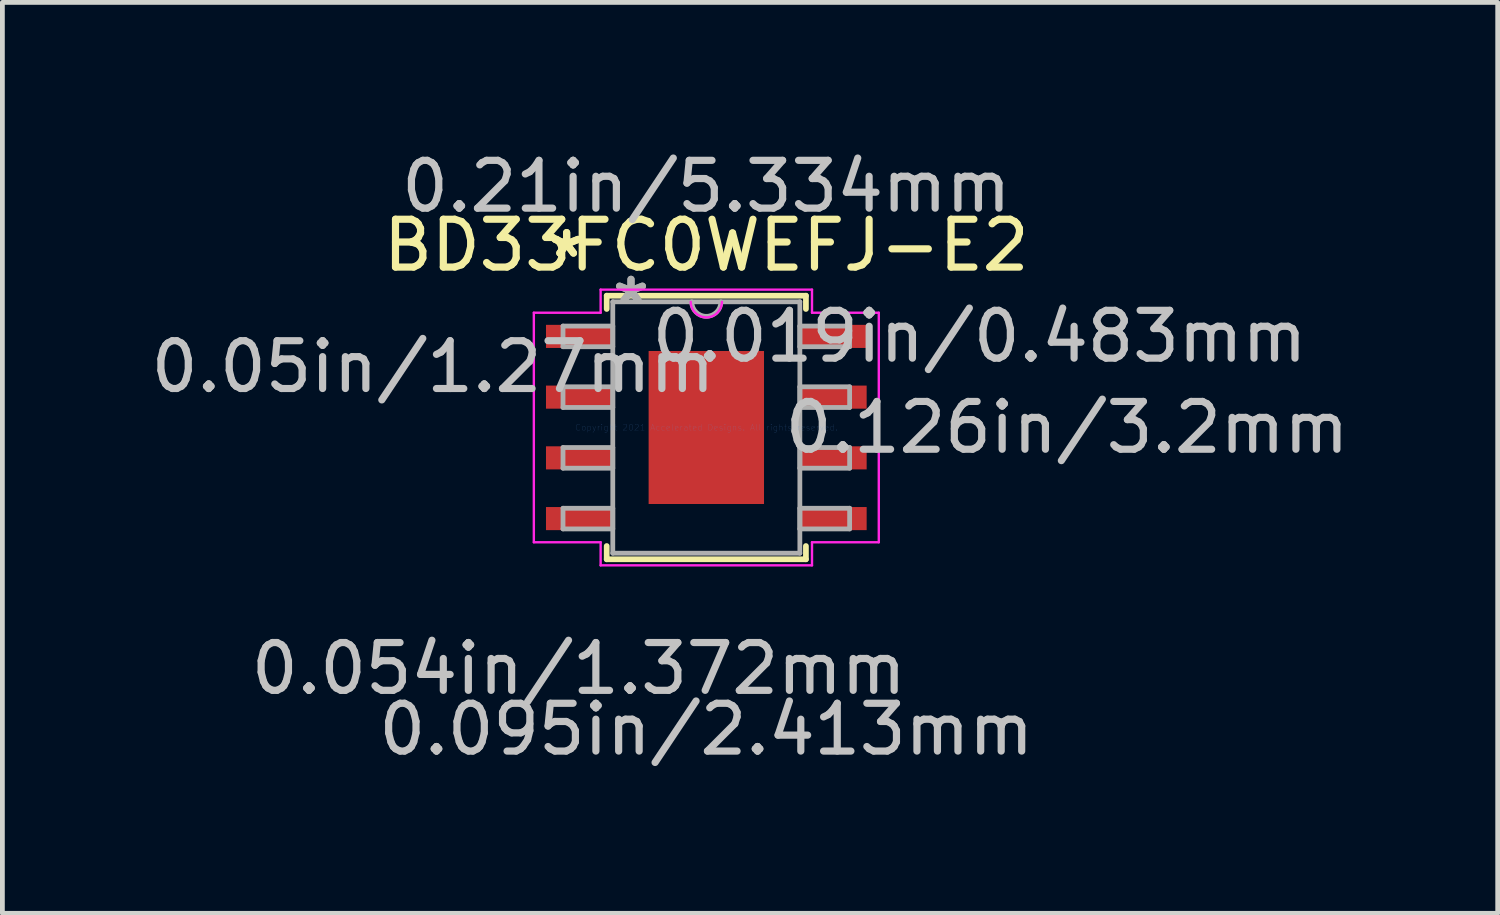
<source format=kicad_pcb>
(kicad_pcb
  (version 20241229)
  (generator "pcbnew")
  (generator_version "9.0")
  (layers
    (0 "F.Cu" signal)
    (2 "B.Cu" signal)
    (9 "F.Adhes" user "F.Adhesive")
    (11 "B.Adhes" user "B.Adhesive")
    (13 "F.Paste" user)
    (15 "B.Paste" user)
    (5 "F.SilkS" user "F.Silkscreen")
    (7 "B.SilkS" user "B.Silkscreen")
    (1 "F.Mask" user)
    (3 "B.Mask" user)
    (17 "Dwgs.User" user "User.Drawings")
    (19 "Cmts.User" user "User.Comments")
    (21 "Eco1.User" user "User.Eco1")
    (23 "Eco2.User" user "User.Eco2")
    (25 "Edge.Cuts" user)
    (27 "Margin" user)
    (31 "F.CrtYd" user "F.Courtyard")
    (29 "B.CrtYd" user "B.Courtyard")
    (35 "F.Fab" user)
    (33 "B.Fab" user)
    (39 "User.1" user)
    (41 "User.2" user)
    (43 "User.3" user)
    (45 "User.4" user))
  (footprint "BD33FC0WEFJ-E2"
    (layer "F.Cu")
    (at 11.721 5.89)
    (property "Reference" "BD33FC0WEFJ-E2" (at 0 -3.81 0) (layer "F.SilkS") (effects (font (size 1 1) (thickness 0.15))))
    (attr through_hole)
    (fp_line (start -2.083 -2.756) (end -2.083 -2.479) (stroke (width 0.12) (type solid)) (layer "F.SilkS"))
    (fp_line (start -2.083 2.479) (end -2.083 2.756) (stroke (width 0.12) (type solid)) (layer "F.SilkS"))
    (fp_line (start -2.083 2.756) (end 2.083 2.756) (stroke (width 0.12) (type solid)) (layer "F.SilkS"))
    (fp_line (start 2.083 -2.756) (end -2.083 -2.756) (stroke (width 0.12) (type solid)) (layer "F.SilkS"))
    (fp_line (start 2.083 -2.479) (end 2.083 -2.756) (stroke (width 0.12) (type solid)) (layer "F.SilkS"))
    (fp_line (start 2.083 2.756) (end 2.083 2.479) (stroke (width 0.12) (type solid)) (layer "F.SilkS"))
    (fp_poly (pts (xy -1.107 -1.5) (xy -1.107 -0.1) (xy 1.107 -0.1) (xy 1.107 -1.5)) (stroke (width 0.1) (type solid)) (fill yes) (layer "F.Paste"))
    (fp_poly (pts (xy -1.107 0.1) (xy -1.107 1.5) (xy 1.107 1.5) (xy 1.107 0.1)) (stroke (width 0.1) (type solid)) (fill yes) (layer "F.Paste"))
    (fp_line (start -3.607 -2.4) (end -2.21 -2.4) (stroke (width 0.05) (type solid)) (layer "F.CrtYd"))
    (fp_line (start -3.607 2.4) (end -3.607 -2.4) (stroke (width 0.05) (type solid)) (layer "F.CrtYd"))
    (fp_line (start -2.21 -2.883) (end 2.21 -2.883) (stroke (width 0.05) (type solid)) (layer "F.CrtYd"))
    (fp_line (start -2.21 -2.4) (end -2.21 -2.883) (stroke (width 0.05) (type solid)) (layer "F.CrtYd"))
    (fp_line (start -2.21 2.4) (end -3.607 2.4) (stroke (width 0.05) (type solid)) (layer "F.CrtYd"))
    (fp_line (start -2.21 2.883) (end -2.21 2.4) (stroke (width 0.05) (type solid)) (layer "F.CrtYd"))
    (fp_line (start 2.21 -2.883) (end 2.21 -2.4) (stroke (width 0.05) (type solid)) (layer "F.CrtYd"))
    (fp_line (start 2.21 -2.4) (end 3.607 -2.4) (stroke (width 0.05) (type solid)) (layer "F.CrtYd"))
    (fp_line (start 2.21 2.4) (end 2.21 2.883) (stroke (width 0.05) (type solid)) (layer "F.CrtYd"))
    (fp_line (start 2.21 2.883) (end -2.21 2.883) (stroke (width 0.05) (type solid)) (layer "F.CrtYd"))
    (fp_line (start 3.607 -2.4) (end 3.607 2.4) (stroke (width 0.05) (type solid)) (layer "F.CrtYd"))
    (fp_line (start 3.607 2.4) (end 2.21 2.4) (stroke (width 0.05) (type solid)) (layer "F.CrtYd"))
    (fp_arc (start 0.325967 -2.6289) (mid 0 -2.302933) (end -0.325967 -2.6289) (stroke (width 0.05) (type solid)) (layer "F.CrtYd"))
    (fp_line (start -2.997 -2.121) (end -2.997 -1.689) (stroke (width 0.1) (type solid)) (layer "F.Fab"))
    (fp_line (start -2.997 -1.689) (end -1.956 -1.689) (stroke (width 0.1) (type solid)) (layer "F.Fab"))
    (fp_line (start -2.997 -0.851) (end -2.997 -0.419) (stroke (width 0.1) (type solid)) (layer "F.Fab"))
    (fp_line (start -2.997 -0.419) (end -1.956 -0.419) (stroke (width 0.1) (type solid)) (layer "F.Fab"))
    (fp_line (start -2.997 0.419) (end -2.997 0.851) (stroke (width 0.1) (type solid)) (layer "F.Fab"))
    (fp_line (start -2.997 0.851) (end -1.956 0.851) (stroke (width 0.1) (type solid)) (layer "F.Fab"))
    (fp_line (start -2.997 1.689) (end -2.997 2.121) (stroke (width 0.1) (type solid)) (layer "F.Fab"))
    (fp_line (start -2.997 2.121) (end -1.956 2.121) (stroke (width 0.1) (type solid)) (layer "F.Fab"))
    (fp_line (start -1.956 -2.629) (end -1.956 2.629) (stroke (width 0.1) (type solid)) (layer "F.Fab"))
    (fp_line (start -1.956 -2.121) (end -2.997 -2.121) (stroke (width 0.1) (type solid)) (layer "F.Fab"))
    (fp_line (start -1.956 -1.689) (end -1.956 -2.121) (stroke (width 0.1) (type solid)) (layer "F.Fab"))
    (fp_line (start -1.956 -0.851) (end -2.997 -0.851) (stroke (width 0.1) (type solid)) (layer "F.Fab"))
    (fp_line (start -1.956 -0.419) (end -1.956 -0.851) (stroke (width 0.1) (type solid)) (layer "F.Fab"))
    (fp_line (start -1.956 0.419) (end -2.997 0.419) (stroke (width 0.1) (type solid)) (layer "F.Fab"))
    (fp_line (start -1.956 0.851) (end -1.956 0.419) (stroke (width 0.1) (type solid)) (layer "F.Fab"))
    (fp_line (start -1.956 1.689) (end -2.997 1.689) (stroke (width 0.1) (type solid)) (layer "F.Fab"))
    (fp_line (start -1.956 2.121) (end -1.956 1.689) (stroke (width 0.1) (type solid)) (layer "F.Fab"))
    (fp_line (start -1.956 2.629) (end 1.956 2.629) (stroke (width 0.1) (type solid)) (layer "F.Fab"))
    (fp_line (start 1.956 -2.629) (end -1.956 -2.629) (stroke (width 0.1) (type solid)) (layer "F.Fab"))
    (fp_line (start 1.956 -2.121) (end 1.956 -1.689) (stroke (width 0.1) (type solid)) (layer "F.Fab"))
    (fp_line (start 1.956 -1.689) (end 2.997 -1.689) (stroke (width 0.1) (type solid)) (layer "F.Fab"))
    (fp_line (start 1.956 -0.851) (end 1.956 -0.419) (stroke (width 0.1) (type solid)) (layer "F.Fab"))
    (fp_line (start 1.956 -0.419) (end 2.997 -0.419) (stroke (width 0.1) (type solid)) (layer "F.Fab"))
    (fp_line (start 1.956 0.419) (end 1.956 0.851) (stroke (width 0.1) (type solid)) (layer "F.Fab"))
    (fp_line (start 1.956 0.851) (end 2.997 0.851) (stroke (width 0.1) (type solid)) (layer "F.Fab"))
    (fp_line (start 1.956 1.689) (end 1.956 2.121) (stroke (width 0.1) (type solid)) (layer "F.Fab"))
    (fp_line (start 1.956 2.121) (end 2.997 2.121) (stroke (width 0.1) (type solid)) (layer "F.Fab"))
    (fp_line (start 1.956 2.629) (end 1.956 -2.629) (stroke (width 0.1) (type solid)) (layer "F.Fab"))
    (fp_line (start 2.997 -2.121) (end 1.956 -2.121) (stroke (width 0.1) (type solid)) (layer "F.Fab"))
    (fp_line (start 2.997 -1.689) (end 2.997 -2.121) (stroke (width 0.1) (type solid)) (layer "F.Fab"))
    (fp_line (start 2.997 -0.851) (end 1.956 -0.851) (stroke (width 0.1) (type solid)) (layer "F.Fab"))
    (fp_line (start 2.997 -0.419) (end 2.997 -0.851) (stroke (width 0.1) (type solid)) (layer "F.Fab"))
    (fp_line (start 2.997 0.419) (end 1.956 0.419) (stroke (width 0.1) (type solid)) (layer "F.Fab"))
    (fp_line (start 2.997 0.851) (end 2.997 0.419) (stroke (width 0.1) (type solid)) (layer "F.Fab"))
    (fp_line (start 2.997 1.689) (end 1.956 1.689) (stroke (width 0.1) (type solid)) (layer "F.Fab"))
    (fp_line (start 2.997 2.121) (end 2.997 1.689) (stroke (width 0.1) (type solid)) (layer "F.Fab"))
    (fp_arc (start 0.3048 -2.6289) (mid 0 -2.3241) (end -0.3048 -2.6289) (stroke (width 0.1) (type solid)) (layer "F.Fab"))
    (fp_text user "*" (at -2.921 -3.531 0) (layer "F.SilkS") (effects (font (size 1 1) (thickness 0.15))))
    (fp_text user "*" (at -2.921 -3.531 0) (layer "F.SilkS") (effects (font (size 1 1) (thickness 0.15))))
    (fp_text user "0.019in/0.483mm" (at 5.715 -1.905 0) (layer "Dwgs.User") (effects (font (size 1 1) (thickness 0.15))))
    (fp_text user "0.054in/1.372mm" (at -2.667 5.042 0) (layer "Dwgs.User") (effects (font (size 1 1) (thickness 0.15))))
    (fp_text user "0.21in/5.334mm" (at 0 -5.042 0) (layer "Dwgs.User") (effects (font (size 1 1) (thickness 0.15))))
    (fp_text user "0.05in/1.27mm" (at -5.715 -1.27 0) (layer "Dwgs.User") (effects (font (size 1 1) (thickness 0.15))))
    (fp_text user "0.126in/3.2mm" (at 7.544 0 0) (layer "Dwgs.User") (effects (font (size 1 1) (thickness 0.15))))
    (fp_text user "0.095in/2.413mm" (at 0 6.312 0) (layer "Dwgs.User") (effects (font (size 1 1) (thickness 0.15))))
    (fp_text user "Copyright 2021 Accelerated Designs. All rights reserved." (at 0 0 0) (layer "Cmts.User") (effects (font (size 0.127 0.127) (thickness 0.002))))
    (fp_text user "*" (at -1.575 -2.553 0) (layer "F.Fab") (effects (font (size 1 1) (thickness 0.15))))
    (fp_text user "*" (at -1.575 -2.553 0) (layer "F.Fab") (effects (font (size 1 1) (thickness 0.15))))
    (pad "1" smd rect (at -2.667 -1.905) (size 1.372 0.483) (layers "F.Cu" "F.Mask" "F.Paste"))
    (pad "2" smd rect (at -2.667 -0.635) (size 1.372 0.483) (layers "F.Cu" "F.Mask" "F.Paste"))
    (pad "3" smd rect (at -2.667 0.635) (size 1.372 0.483) (layers "F.Cu" "F.Mask" "F.Paste"))
    (pad "4" smd rect (at -2.667 1.905) (size 1.372 0.483) (layers "F.Cu" "F.Mask" "F.Paste"))
    (pad "5" smd rect (at 2.667 1.905) (size 1.372 0.483) (layers "F.Cu" "F.Mask" "F.Paste"))
    (pad "6" smd rect (at 2.667 0.635) (size 1.372 0.483) (layers "F.Cu" "F.Mask" "F.Paste"))
    (pad "7" smd rect (at 2.667 -0.635) (size 1.372 0.483) (layers "F.Cu" "F.Mask" "F.Paste"))
    (pad "8" smd rect (at 2.667 -1.905) (size 1.372 0.483) (layers "F.Cu" "F.Mask" "F.Paste"))
    (pad "EPAD" smd rect (at 0 0) (size 2.413 3.2) (layers "F.Cu" "F.Mask" "F.Paste")))
  (gr_rect
    (start -3 -3)
    (end 28.271 16.05)
    (stroke (width 0.1) (type default))
    (fill no)
    (layer "Edge.Cuts")))
</source>
